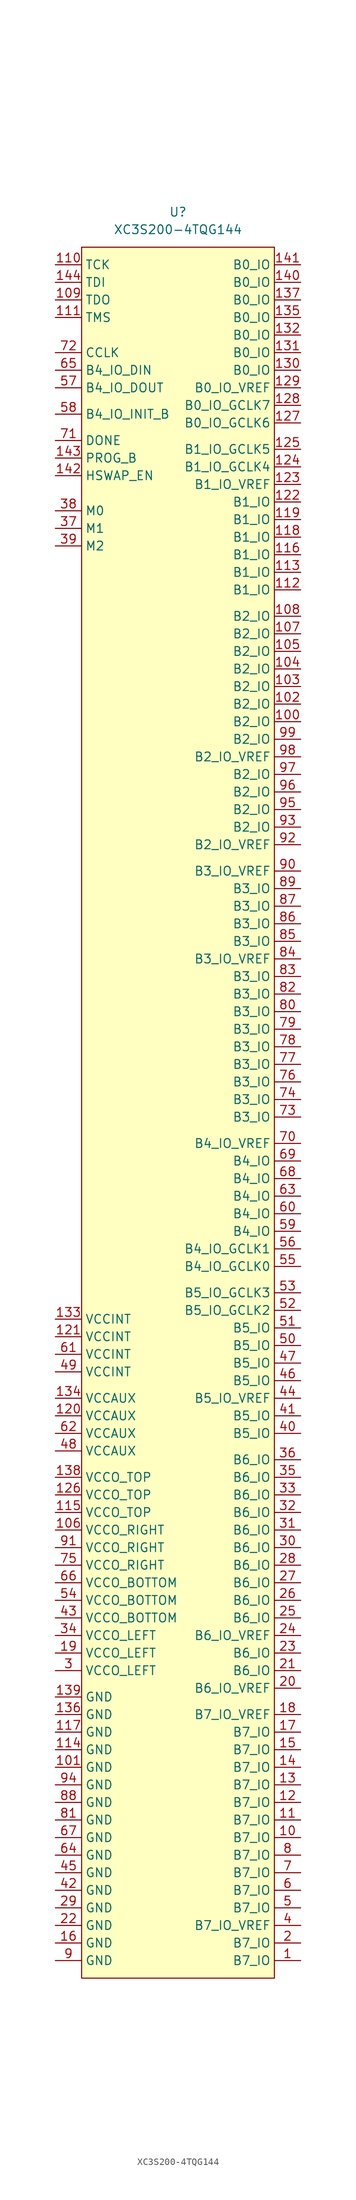
<source format=kicad_sym>
(kicad_symbol_lib
  (version 20211014)
  (generator kicad_symbol_editor)
  (symbol "XC3S200-4TQG144"
    (property "Reference" "U"
      (at 0 130.81 0)
      (effects (font (size 1.27 1.27))))
    (property "Value" "XC3S200-4TQG144"
      (at 0 128.27 0)
      (effects (font (size 1.27 1.27))))
    (symbol "XC3S200-4TQG144_0_1"
      (rectangle (start -13.97 125.73) (end 13.97 -124.46) (stroke (width 0) (type default) (color 0 0 0 0)) (fill (type background))))
    (symbol "XC3S200-4TQG144_1_1"
      (pin passive line (at 17.78 -121.92 180) (length 3.81) (name "B7_IO" (effects (font (size 1.27 1.27)))) (number "1" (effects (font (size 1.27 1.27)))))
      (pin passive line (at 17.78 -104.14 180) (length 3.81) (name "B7_IO" (effects (font (size 1.27 1.27)))) (number "10" (effects (font (size 1.27 1.27)))))
      (pin passive line (at 17.78 57.15 180) (length 3.81) (name "B2_IO" (effects (font (size 1.27 1.27)))) (number "100" (effects (font (size 1.27 1.27)))))
      (pin power_in line (at -17.78 -93.98 0) (length 3.81) (name "GND" (effects (font (size 1.27 1.27)))) (number "101" (effects (font (size 1.27 1.27)))))
      (pin passive line (at 17.78 59.69 180) (length 3.81) (name "B2_IO" (effects (font (size 1.27 1.27)))) (number "102" (effects (font (size 1.27 1.27)))))
      (pin passive line (at 17.78 62.23 180) (length 3.81) (name "B2_IO" (effects (font (size 1.27 1.27)))) (number "103" (effects (font (size 1.27 1.27)))))
      (pin passive line (at 17.78 64.77 180) (length 3.81) (name "B2_IO" (effects (font (size 1.27 1.27)))) (number "104" (effects (font (size 1.27 1.27)))))
      (pin passive line (at 17.78 67.31 180) (length 3.81) (name "B2_IO" (effects (font (size 1.27 1.27)))) (number "105" (effects (font (size 1.27 1.27)))))
      (pin power_in line (at -17.78 -59.69 0) (length 3.81) (name "VCCO_RIGHT" (effects (font (size 1.27 1.27)))) (number "106" (effects (font (size 1.27 1.27)))))
      (pin passive line (at 17.78 69.85 180) (length 3.81) (name "B2_IO" (effects (font (size 1.27 1.27)))) (number "107" (effects (font (size 1.27 1.27)))))
      (pin passive line (at 17.78 72.39 180) (length 3.81) (name "B2_IO" (effects (font (size 1.27 1.27)))) (number "108" (effects (font (size 1.27 1.27)))))
      (pin output line (at -17.78 118.11 0) (length 3.81) (name "TDO" (effects (font (size 1.27 1.27)))) (number "109" (effects (font (size 1.27 1.27)))))
      (pin passive line (at 17.78 -101.6 180) (length 3.81) (name "B7_IO" (effects (font (size 1.27 1.27)))) (number "11" (effects (font (size 1.27 1.27)))))
      (pin input line (at -17.78 123.19 0) (length 3.81) (name "TCK" (effects (font (size 1.27 1.27)))) (number "110" (effects (font (size 1.27 1.27)))))
      (pin input line (at -17.78 115.57 0) (length 3.81) (name "TMS" (effects (font (size 1.27 1.27)))) (number "111" (effects (font (size 1.27 1.27)))))
      (pin passive line (at 17.78 76.2 180) (length 3.81) (name "B1_IO" (effects (font (size 1.27 1.27)))) (number "112" (effects (font (size 1.27 1.27)))))
      (pin passive line (at 17.78 78.74 180) (length 3.81) (name "B1_IO" (effects (font (size 1.27 1.27)))) (number "113" (effects (font (size 1.27 1.27)))))
      (pin power_in line (at -17.78 -91.44 0) (length 3.81) (name "GND" (effects (font (size 1.27 1.27)))) (number "114" (effects (font (size 1.27 1.27)))))
      (pin power_in line (at -17.78 -57.15 0) (length 3.81) (name "VCCO_TOP" (effects (font (size 1.27 1.27)))) (number "115" (effects (font (size 1.27 1.27)))))
      (pin passive line (at 17.78 81.28 180) (length 3.81) (name "B1_IO" (effects (font (size 1.27 1.27)))) (number "116" (effects (font (size 1.27 1.27)))))
      (pin power_in line (at -17.78 -88.9 0) (length 3.81) (name "GND" (effects (font (size 1.27 1.27)))) (number "117" (effects (font (size 1.27 1.27)))))
      (pin passive line (at 17.78 83.82 180) (length 3.81) (name "B1_IO" (effects (font (size 1.27 1.27)))) (number "118" (effects (font (size 1.27 1.27)))))
      (pin passive line (at 17.78 86.36 180) (length 3.81) (name "B1_IO" (effects (font (size 1.27 1.27)))) (number "119" (effects (font (size 1.27 1.27)))))
      (pin passive line (at 17.78 -99.06 180) (length 3.81) (name "B7_IO" (effects (font (size 1.27 1.27)))) (number "12" (effects (font (size 1.27 1.27)))))
      (pin power_in line (at -17.78 -43.18 0) (length 3.81) (name "VCCAUX" (effects (font (size 1.27 1.27)))) (number "120" (effects (font (size 1.27 1.27)))))
      (pin power_in line (at -17.78 -31.75 0) (length 3.81) (name "VCCINT" (effects (font (size 1.27 1.27)))) (number "121" (effects (font (size 1.27 1.27)))))
      (pin passive line (at 17.78 88.9 180) (length 3.81) (name "B1_IO" (effects (font (size 1.27 1.27)))) (number "122" (effects (font (size 1.27 1.27)))))
      (pin passive line (at 17.78 91.44 180) (length 3.81) (name "B1_IO_VREF" (effects (font (size 1.27 1.27)))) (number "123" (effects (font (size 1.27 1.27)))))
      (pin passive line (at 17.78 93.98 180) (length 3.81) (name "B1_IO_GCLK4" (effects (font (size 1.27 1.27)))) (number "124" (effects (font (size 1.27 1.27)))))
      (pin passive line (at 17.78 96.52 180) (length 3.81) (name "B1_IO_GCLK5" (effects (font (size 1.27 1.27)))) (number "125" (effects (font (size 1.27 1.27)))))
      (pin power_in line (at -17.78 -54.61 0) (length 3.81) (name "VCCO_TOP" (effects (font (size 1.27 1.27)))) (number "126" (effects (font (size 1.27 1.27)))))
      (pin passive line (at 17.78 100.33 180) (length 3.81) (name "B0_IO_GCLK6" (effects (font (size 1.27 1.27)))) (number "127" (effects (font (size 1.27 1.27)))))
      (pin passive line (at 17.78 102.87 180) (length 3.81) (name "B0_IO_GCLK7" (effects (font (size 1.27 1.27)))) (number "128" (effects (font (size 1.27 1.27)))))
      (pin passive line (at 17.78 105.41 180) (length 3.81) (name "B0_IO_VREF" (effects (font (size 1.27 1.27)))) (number "129" (effects (font (size 1.27 1.27)))))
      (pin passive line (at 17.78 -96.52 180) (length 3.81) (name "B7_IO" (effects (font (size 1.27 1.27)))) (number "13" (effects (font (size 1.27 1.27)))))
      (pin passive line (at 17.78 107.95 180) (length 3.81) (name "B0_IO" (effects (font (size 1.27 1.27)))) (number "130" (effects (font (size 1.27 1.27)))))
      (pin passive line (at 17.78 110.49 180) (length 3.81) (name "B0_IO" (effects (font (size 1.27 1.27)))) (number "131" (effects (font (size 1.27 1.27)))))
      (pin passive line (at 17.78 113.03 180) (length 3.81) (name "B0_IO" (effects (font (size 1.27 1.27)))) (number "132" (effects (font (size 1.27 1.27)))))
      (pin power_in line (at -17.78 -29.21 0) (length 3.81) (name "VCCINT" (effects (font (size 1.27 1.27)))) (number "133" (effects (font (size 1.27 1.27)))))
      (pin power_in line (at -17.78 -40.64 0) (length 3.81) (name "VCCAUX" (effects (font (size 1.27 1.27)))) (number "134" (effects (font (size 1.27 1.27)))))
      (pin passive line (at 17.78 115.57 180) (length 3.81) (name "B0_IO" (effects (font (size 1.27 1.27)))) (number "135" (effects (font (size 1.27 1.27)))))
      (pin power_in line (at -17.78 -86.36 0) (length 3.81) (name "GND" (effects (font (size 1.27 1.27)))) (number "136" (effects (font (size 1.27 1.27)))))
      (pin passive line (at 17.78 118.11 180) (length 3.81) (name "B0_IO" (effects (font (size 1.27 1.27)))) (number "137" (effects (font (size 1.27 1.27)))))
      (pin power_in line (at -17.78 -52.07 0) (length 3.81) (name "VCCO_TOP" (effects (font (size 1.27 1.27)))) (number "138" (effects (font (size 1.27 1.27)))))
      (pin power_in line (at -17.78 -83.82 0) (length 3.81) (name "GND" (effects (font (size 1.27 1.27)))) (number "139" (effects (font (size 1.27 1.27)))))
      (pin passive line (at 17.78 -93.98 180) (length 3.81) (name "B7_IO" (effects (font (size 1.27 1.27)))) (number "14" (effects (font (size 1.27 1.27)))))
      (pin passive line (at 17.78 120.65 180) (length 3.81) (name "B0_IO" (effects (font (size 1.27 1.27)))) (number "140" (effects (font (size 1.27 1.27)))))
      (pin passive line (at 17.78 123.19 180) (length 3.81) (name "B0_IO" (effects (font (size 1.27 1.27)))) (number "141" (effects (font (size 1.27 1.27)))))
      (pin input line (at -17.78 92.71 0) (length 3.81) (name "HSWAP_EN" (effects (font (size 1.27 1.27)))) (number "142" (effects (font (size 1.27 1.27)))))
      (pin input line (at -17.78 95.25 0) (length 3.81) (name "PROG_B" (effects (font (size 1.27 1.27)))) (number "143" (effects (font (size 1.27 1.27)))))
      (pin input line (at -17.78 120.65 0) (length 3.81) (name "TDI" (effects (font (size 1.27 1.27)))) (number "144" (effects (font (size 1.27 1.27)))))
      (pin passive line (at 17.78 -91.44 180) (length 3.81) (name "B7_IO" (effects (font (size 1.27 1.27)))) (number "15" (effects (font (size 1.27 1.27)))))
      (pin power_in line (at -17.78 -119.38 0) (length 3.81) (name "GND" (effects (font (size 1.27 1.27)))) (number "16" (effects (font (size 1.27 1.27)))))
      (pin passive line (at 17.78 -88.9 180) (length 3.81) (name "B7_IO" (effects (font (size 1.27 1.27)))) (number "17" (effects (font (size 1.27 1.27)))))
      (pin passive line (at 17.78 -86.36 180) (length 3.81) (name "B7_IO_VREF" (effects (font (size 1.27 1.27)))) (number "18" (effects (font (size 1.27 1.27)))))
      (pin power_in line (at -17.78 -77.47 0) (length 3.81) (name "VCCO_LEFT" (effects (font (size 1.27 1.27)))) (number "19" (effects (font (size 1.27 1.27)))))
      (pin passive line (at 17.78 -119.38 180) (length 3.81) (name "B7_IO" (effects (font (size 1.27 1.27)))) (number "2" (effects (font (size 1.27 1.27)))))
      (pin passive line (at 17.78 -82.55 180) (length 3.81) (name "B6_IO_VREF" (effects (font (size 1.27 1.27)))) (number "20" (effects (font (size 1.27 1.27)))))
      (pin passive line (at 17.78 -80.01 180) (length 3.81) (name "B6_IO" (effects (font (size 1.27 1.27)))) (number "21" (effects (font (size 1.27 1.27)))))
      (pin power_in line (at -17.78 -116.84 0) (length 3.81) (name "GND" (effects (font (size 1.27 1.27)))) (number "22" (effects (font (size 1.27 1.27)))))
      (pin passive line (at 17.78 -77.47 180) (length 3.81) (name "B6_IO" (effects (font (size 1.27 1.27)))) (number "23" (effects (font (size 1.27 1.27)))))
      (pin passive line (at 17.78 -74.93 180) (length 3.81) (name "B6_IO_VREF" (effects (font (size 1.27 1.27)))) (number "24" (effects (font (size 1.27 1.27)))))
      (pin passive line (at 17.78 -72.39 180) (length 3.81) (name "B6_IO" (effects (font (size 1.27 1.27)))) (number "25" (effects (font (size 1.27 1.27)))))
      (pin passive line (at 17.78 -69.85 180) (length 3.81) (name "B6_IO" (effects (font (size 1.27 1.27)))) (number "26" (effects (font (size 1.27 1.27)))))
      (pin passive line (at 17.78 -67.31 180) (length 3.81) (name "B6_IO" (effects (font (size 1.27 1.27)))) (number "27" (effects (font (size 1.27 1.27)))))
      (pin passive line (at 17.78 -64.77 180) (length 3.81) (name "B6_IO" (effects (font (size 1.27 1.27)))) (number "28" (effects (font (size 1.27 1.27)))))
      (pin power_in line (at -17.78 -114.3 0) (length 3.81) (name "GND" (effects (font (size 1.27 1.27)))) (number "29" (effects (font (size 1.27 1.27)))))
      (pin power_in line (at -17.78 -80.01 0) (length 3.81) (name "VCCO_LEFT" (effects (font (size 1.27 1.27)))) (number "3" (effects (font (size 1.27 1.27)))))
      (pin passive line (at 17.78 -62.23 180) (length 3.81) (name "B6_IO" (effects (font (size 1.27 1.27)))) (number "30" (effects (font (size 1.27 1.27)))))
      (pin passive line (at 17.78 -59.69 180) (length 3.81) (name "B6_IO" (effects (font (size 1.27 1.27)))) (number "31" (effects (font (size 1.27 1.27)))))
      (pin passive line (at 17.78 -57.15 180) (length 3.81) (name "B6_IO" (effects (font (size 1.27 1.27)))) (number "32" (effects (font (size 1.27 1.27)))))
      (pin passive line (at 17.78 -54.61 180) (length 3.81) (name "B6_IO" (effects (font (size 1.27 1.27)))) (number "33" (effects (font (size 1.27 1.27)))))
      (pin power_in line (at -17.78 -74.93 0) (length 3.81) (name "VCCO_LEFT" (effects (font (size 1.27 1.27)))) (number "34" (effects (font (size 1.27 1.27)))))
      (pin passive line (at 17.78 -52.07 180) (length 3.81) (name "B6_IO" (effects (font (size 1.27 1.27)))) (number "35" (effects (font (size 1.27 1.27)))))
      (pin passive line (at 17.78 -49.53 180) (length 3.81) (name "B6_IO" (effects (font (size 1.27 1.27)))) (number "36" (effects (font (size 1.27 1.27)))))
      (pin input line (at -17.78 85.09 0) (length 3.81) (name "M1" (effects (font (size 1.27 1.27)))) (number "37" (effects (font (size 1.27 1.27)))))
      (pin input line (at -17.78 87.63 0) (length 3.81) (name "M0" (effects (font (size 1.27 1.27)))) (number "38" (effects (font (size 1.27 1.27)))))
      (pin input line (at -17.78 82.55 0) (length 3.81) (name "M2" (effects (font (size 1.27 1.27)))) (number "39" (effects (font (size 1.27 1.27)))))
      (pin passive line (at 17.78 -116.84 180) (length 3.81) (name "B7_IO_VREF" (effects (font (size 1.27 1.27)))) (number "4" (effects (font (size 1.27 1.27)))))
      (pin passive line (at 17.78 -45.72 180) (length 3.81) (name "B5_IO" (effects (font (size 1.27 1.27)))) (number "40" (effects (font (size 1.27 1.27)))))
      (pin passive line (at 17.78 -43.18 180) (length 3.81) (name "B5_IO" (effects (font (size 1.27 1.27)))) (number "41" (effects (font (size 1.27 1.27)))))
      (pin power_in line (at -17.78 -111.76 0) (length 3.81) (name "GND" (effects (font (size 1.27 1.27)))) (number "42" (effects (font (size 1.27 1.27)))))
      (pin power_in line (at -17.78 -72.39 0) (length 3.81) (name "VCCO_BOTTOM" (effects (font (size 1.27 1.27)))) (number "43" (effects (font (size 1.27 1.27)))))
      (pin passive line (at 17.78 -40.64 180) (length 3.81) (name "B5_IO_VREF" (effects (font (size 1.27 1.27)))) (number "44" (effects (font (size 1.27 1.27)))))
      (pin power_in line (at -17.78 -109.22 0) (length 3.81) (name "GND" (effects (font (size 1.27 1.27)))) (number "45" (effects (font (size 1.27 1.27)))))
      (pin passive line (at 17.78 -38.1 180) (length 3.81) (name "B5_IO" (effects (font (size 1.27 1.27)))) (number "46" (effects (font (size 1.27 1.27)))))
      (pin passive line (at 17.78 -35.56 180) (length 3.81) (name "B5_IO" (effects (font (size 1.27 1.27)))) (number "47" (effects (font (size 1.27 1.27)))))
      (pin power_in line (at -17.78 -48.26 0) (length 3.81) (name "VCCAUX" (effects (font (size 1.27 1.27)))) (number "48" (effects (font (size 1.27 1.27)))))
      (pin power_in line (at -17.78 -36.83 0) (length 3.81) (name "VCCINT" (effects (font (size 1.27 1.27)))) (number "49" (effects (font (size 1.27 1.27)))))
      (pin passive line (at 17.78 -114.3 180) (length 3.81) (name "B7_IO" (effects (font (size 1.27 1.27)))) (number "5" (effects (font (size 1.27 1.27)))))
      (pin passive line (at 17.78 -33.02 180) (length 3.81) (name "B5_IO" (effects (font (size 1.27 1.27)))) (number "50" (effects (font (size 1.27 1.27)))))
      (pin passive line (at 17.78 -30.48 180) (length 3.81) (name "B5_IO" (effects (font (size 1.27 1.27)))) (number "51" (effects (font (size 1.27 1.27)))))
      (pin passive line (at 17.78 -27.94 180) (length 3.81) (name "B5_IO_GCLK2" (effects (font (size 1.27 1.27)))) (number "52" (effects (font (size 1.27 1.27)))))
      (pin passive line (at 17.78 -25.4 180) (length 3.81) (name "B5_IO_GCLK3" (effects (font (size 1.27 1.27)))) (number "53" (effects (font (size 1.27 1.27)))))
      (pin power_in line (at -17.78 -69.85 0) (length 3.81) (name "VCCO_BOTTOM" (effects (font (size 1.27 1.27)))) (number "54" (effects (font (size 1.27 1.27)))))
      (pin passive line (at 17.78 -21.59 180) (length 3.81) (name "B4_IO_GCLK0" (effects (font (size 1.27 1.27)))) (number "55" (effects (font (size 1.27 1.27)))))
      (pin passive line (at 17.78 -19.05 180) (length 3.81) (name "B4_IO_GCLK1" (effects (font (size 1.27 1.27)))) (number "56" (effects (font (size 1.27 1.27)))))
      (pin passive line (at -17.78 105.41 0) (length 3.81) (name "B4_IO_DOUT" (effects (font (size 1.27 1.27)))) (number "57" (effects (font (size 1.27 1.27)))))
      (pin passive line (at -17.78 101.6 0) (length 3.81) (name "B4_IO_INIT_B" (effects (font (size 1.27 1.27)))) (number "58" (effects (font (size 1.27 1.27)))))
      (pin passive line (at 17.78 -16.51 180) (length 3.81) (name "B4_IO" (effects (font (size 1.27 1.27)))) (number "59" (effects (font (size 1.27 1.27)))))
      (pin passive line (at 17.78 -111.76 180) (length 3.81) (name "B7_IO" (effects (font (size 1.27 1.27)))) (number "6" (effects (font (size 1.27 1.27)))))
      (pin passive line (at 17.78 -13.97 180) (length 3.81) (name "B4_IO" (effects (font (size 1.27 1.27)))) (number "60" (effects (font (size 1.27 1.27)))))
      (pin power_in line (at -17.78 -34.29 0) (length 3.81) (name "VCCINT" (effects (font (size 1.27 1.27)))) (number "61" (effects (font (size 1.27 1.27)))))
      (pin power_in line (at -17.78 -45.72 0) (length 3.81) (name "VCCAUX" (effects (font (size 1.27 1.27)))) (number "62" (effects (font (size 1.27 1.27)))))
      (pin passive line (at 17.78 -11.43 180) (length 3.81) (name "B4_IO" (effects (font (size 1.27 1.27)))) (number "63" (effects (font (size 1.27 1.27)))))
      (pin power_in line (at -17.78 -106.68 0) (length 3.81) (name "GND" (effects (font (size 1.27 1.27)))) (number "64" (effects (font (size 1.27 1.27)))))
      (pin passive line (at -17.78 107.95 0) (length 3.81) (name "B4_IO_DIN" (effects (font (size 1.27 1.27)))) (number "65" (effects (font (size 1.27 1.27)))))
      (pin power_in line (at -17.78 -67.31 0) (length 3.81) (name "VCCO_BOTTOM" (effects (font (size 1.27 1.27)))) (number "66" (effects (font (size 1.27 1.27)))))
      (pin power_in line (at -17.78 -104.14 0) (length 3.81) (name "GND" (effects (font (size 1.27 1.27)))) (number "67" (effects (font (size 1.27 1.27)))))
      (pin passive line (at 17.78 -8.89 180) (length 3.81) (name "B4_IO" (effects (font (size 1.27 1.27)))) (number "68" (effects (font (size 1.27 1.27)))))
      (pin passive line (at 17.78 -6.35 180) (length 3.81) (name "B4_IO" (effects (font (size 1.27 1.27)))) (number "69" (effects (font (size 1.27 1.27)))))
      (pin passive line (at 17.78 -109.22 180) (length 3.81) (name "B7_IO" (effects (font (size 1.27 1.27)))) (number "7" (effects (font (size 1.27 1.27)))))
      (pin passive line (at 17.78 -3.81 180) (length 3.81) (name "B4_IO_VREF" (effects (font (size 1.27 1.27)))) (number "70" (effects (font (size 1.27 1.27)))))
      (pin output line (at -17.78 97.79 0) (length 3.81) (name "DONE" (effects (font (size 1.27 1.27)))) (number "71" (effects (font (size 1.27 1.27)))))
      (pin input line (at -17.78 110.49 0) (length 3.81) (name "CCLK" (effects (font (size 1.27 1.27)))) (number "72" (effects (font (size 1.27 1.27)))))
      (pin passive line (at 17.78 0 180) (length 3.81) (name "B3_IO" (effects (font (size 1.27 1.27)))) (number "73" (effects (font (size 1.27 1.27)))))
      (pin passive line (at 17.78 2.54 180) (length 3.81) (name "B3_IO" (effects (font (size 1.27 1.27)))) (number "74" (effects (font (size 1.27 1.27)))))
      (pin power_in line (at -17.78 -64.77 0) (length 3.81) (name "VCCO_RIGHT" (effects (font (size 1.27 1.27)))) (number "75" (effects (font (size 1.27 1.27)))))
      (pin passive line (at 17.78 5.08 180) (length 3.81) (name "B3_IO" (effects (font (size 1.27 1.27)))) (number "76" (effects (font (size 1.27 1.27)))))
      (pin passive line (at 17.78 7.62 180) (length 3.81) (name "B3_IO" (effects (font (size 1.27 1.27)))) (number "77" (effects (font (size 1.27 1.27)))))
      (pin passive line (at 17.78 10.16 180) (length 3.81) (name "B3_IO" (effects (font (size 1.27 1.27)))) (number "78" (effects (font (size 1.27 1.27)))))
      (pin passive line (at 17.78 12.7 180) (length 3.81) (name "B3_IO" (effects (font (size 1.27 1.27)))) (number "79" (effects (font (size 1.27 1.27)))))
      (pin passive line (at 17.78 -106.68 180) (length 3.81) (name "B7_IO" (effects (font (size 1.27 1.27)))) (number "8" (effects (font (size 1.27 1.27)))))
      (pin passive line (at 17.78 15.24 180) (length 3.81) (name "B3_IO" (effects (font (size 1.27 1.27)))) (number "80" (effects (font (size 1.27 1.27)))))
      (pin power_in line (at -17.78 -101.6 0) (length 3.81) (name "GND" (effects (font (size 1.27 1.27)))) (number "81" (effects (font (size 1.27 1.27)))))
      (pin passive line (at 17.78 17.78 180) (length 3.81) (name "B3_IO" (effects (font (size 1.27 1.27)))) (number "82" (effects (font (size 1.27 1.27)))))
      (pin passive line (at 17.78 20.32 180) (length 3.81) (name "B3_IO" (effects (font (size 1.27 1.27)))) (number "83" (effects (font (size 1.27 1.27)))))
      (pin passive line (at 17.78 22.86 180) (length 3.81) (name "B3_IO_VREF" (effects (font (size 1.27 1.27)))) (number "84" (effects (font (size 1.27 1.27)))))
      (pin passive line (at 17.78 25.4 180) (length 3.81) (name "B3_IO" (effects (font (size 1.27 1.27)))) (number "85" (effects (font (size 1.27 1.27)))))
      (pin passive line (at 17.78 27.94 180) (length 3.81) (name "B3_IO" (effects (font (size 1.27 1.27)))) (number "86" (effects (font (size 1.27 1.27)))))
      (pin passive line (at 17.78 30.48 180) (length 3.81) (name "B3_IO" (effects (font (size 1.27 1.27)))) (number "87" (effects (font (size 1.27 1.27)))))
      (pin power_in line (at -17.78 -99.06 0) (length 3.81) (name "GND" (effects (font (size 1.27 1.27)))) (number "88" (effects (font (size 1.27 1.27)))))
      (pin passive line (at 17.78 33.02 180) (length 3.81) (name "B3_IO" (effects (font (size 1.27 1.27)))) (number "89" (effects (font (size 1.27 1.27)))))
      (pin power_in line (at -17.78 -121.92 0) (length 3.81) (name "GND" (effects (font (size 1.27 1.27)))) (number "9" (effects (font (size 1.27 1.27)))))
      (pin passive line (at 17.78 35.56 180) (length 3.81) (name "B3_IO_VREF" (effects (font (size 1.27 1.27)))) (number "90" (effects (font (size 1.27 1.27)))))
      (pin power_in line (at -17.78 -62.23 0) (length 3.81) (name "VCCO_RIGHT" (effects (font (size 1.27 1.27)))) (number "91" (effects (font (size 1.27 1.27)))))
      (pin passive line (at 17.78 39.37 180) (length 3.81) (name "B2_IO_VREF" (effects (font (size 1.27 1.27)))) (number "92" (effects (font (size 1.27 1.27)))))
      (pin passive line (at 17.78 41.91 180) (length 3.81) (name "B2_IO" (effects (font (size 1.27 1.27)))) (number "93" (effects (font (size 1.27 1.27)))))
      (pin power_in line (at -17.78 -96.52 0) (length 3.81) (name "GND" (effects (font (size 1.27 1.27)))) (number "94" (effects (font (size 1.27 1.27)))))
      (pin passive line (at 17.78 44.45 180) (length 3.81) (name "B2_IO" (effects (font (size 1.27 1.27)))) (number "95" (effects (font (size 1.27 1.27)))))
      (pin passive line (at 17.78 46.99 180) (length 3.81) (name "B2_IO" (effects (font (size 1.27 1.27)))) (number "96" (effects (font (size 1.27 1.27)))))
      (pin passive line (at 17.78 49.53 180) (length 3.81) (name "B2_IO" (effects (font (size 1.27 1.27)))) (number "97" (effects (font (size 1.27 1.27)))))
      (pin passive line (at 17.78 52.07 180) (length 3.81) (name "B2_IO_VREF" (effects (font (size 1.27 1.27)))) (number "98" (effects (font (size 1.27 1.27)))))
      (pin passive line (at 17.78 54.61 180) (length 3.81) (name "B2_IO" (effects (font (size 1.27 1.27)))) (number "99" (effects (font (size 1.27 1.27))))))))
</source>
